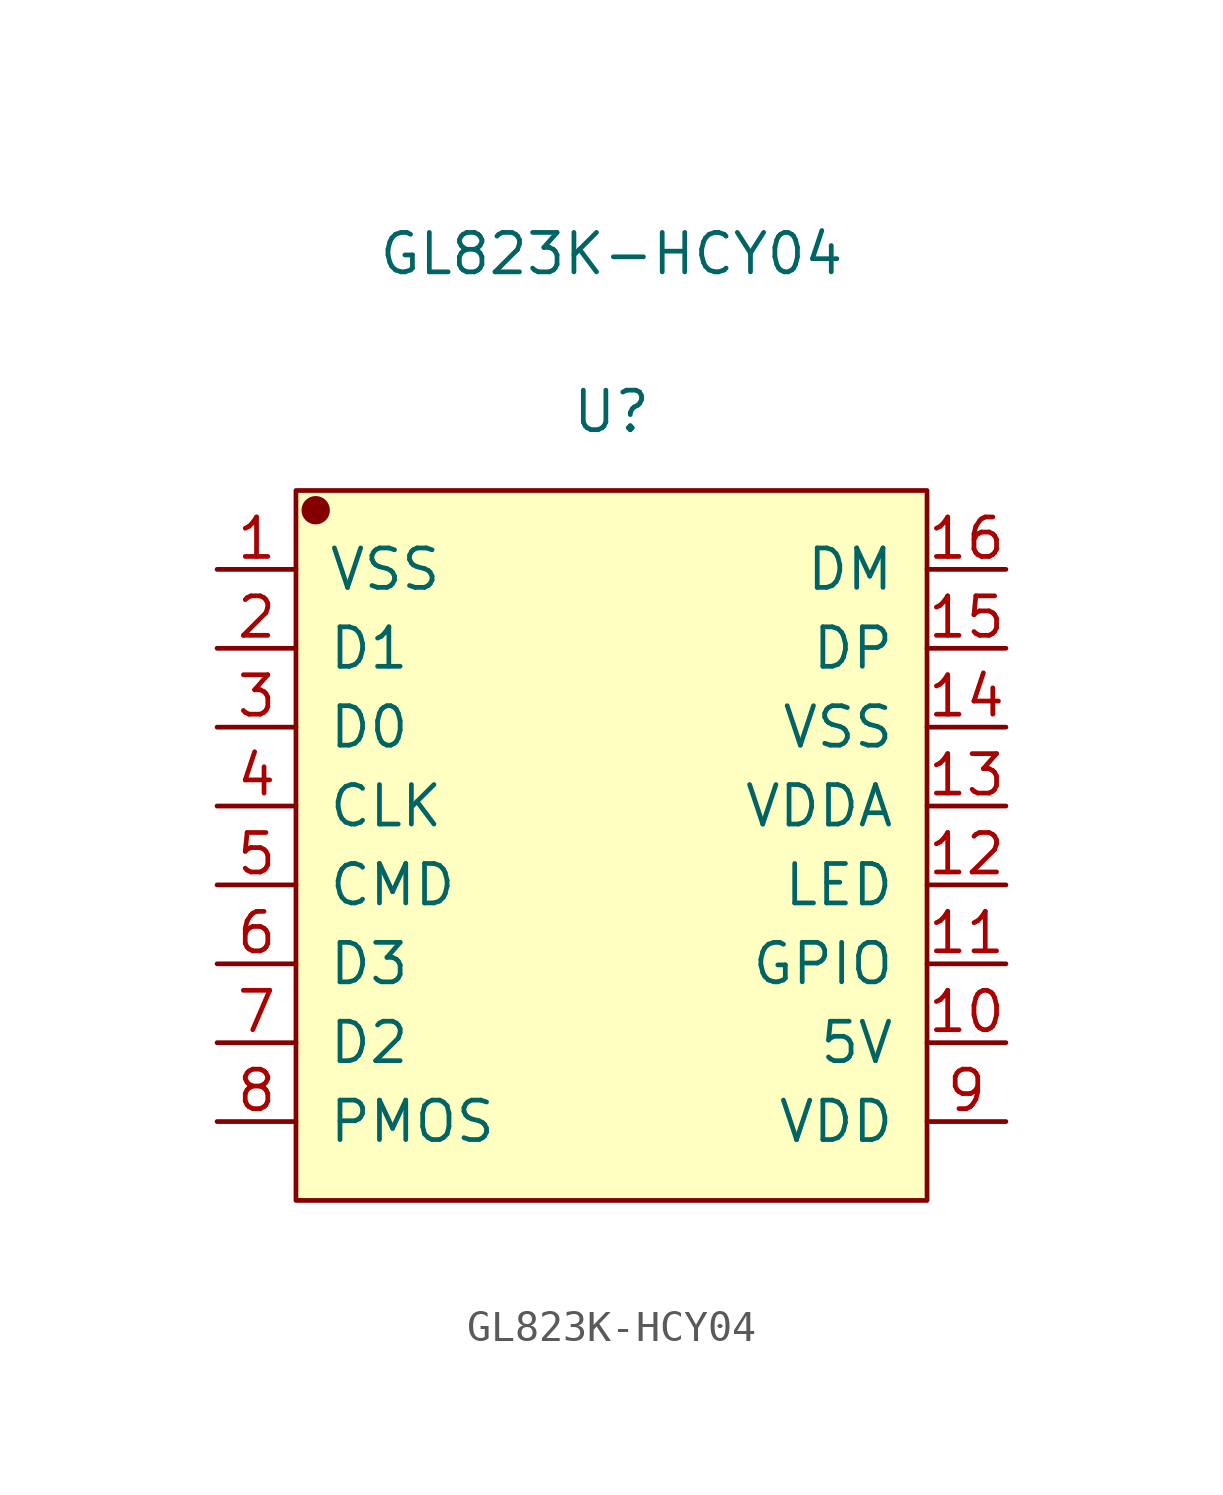
<source format=kicad_sym>
(kicad_symbol_lib
  (version 20211014)
  (generator kicad_symbol_editor)
  (symbol "GL823K-HCY04"
    (pin_names
      (offset 1.016))
    (property "Reference" "U"
      (at 0 13.97 0)
      (effects (font (size 1.27 1.27))))
    (property "Value" "GL823K-HCY04"
      (at 0 19.05 0)
      (effects (font (size 1.27 1.27))))
    (symbol "GL823K-HCY04_1_1"
      (rectangle (start -10.16 11.43) (end 10.16 -11.43) (stroke (width 0.152) (type default) (color 0 0 0 0)) (fill (type background)))
      (circle (center -9.525 10.795) (radius 0.381) (stroke (width 0.152) (type default) (color 0 0 0 0)) (fill (type outline)))
      (pin input line (at -12.7 8.89 0) (length 2.54) (name "VSS" (effects (font (size 1.27 1.27)))) (number "1" (effects (font (size 1.27 1.27)))))
      (pin input line (at 12.7 -6.35 180) (length 2.54) (name "5V" (effects (font (size 1.27 1.27)))) (number "10" (effects (font (size 1.27 1.27)))))
      (pin input line (at 12.7 -3.81 180) (length 2.54) (name "GPIO" (effects (font (size 1.27 1.27)))) (number "11" (effects (font (size 1.27 1.27)))))
      (pin input line (at 12.7 -1.27 180) (length 2.54) (name "LED" (effects (font (size 1.27 1.27)))) (number "12" (effects (font (size 1.27 1.27)))))
      (pin input line (at 12.7 1.27 180) (length 2.54) (name "VDDA" (effects (font (size 1.27 1.27)))) (number "13" (effects (font (size 1.27 1.27)))))
      (pin input line (at 12.7 3.81 180) (length 2.54) (name "VSS" (effects (font (size 1.27 1.27)))) (number "14" (effects (font (size 1.27 1.27)))))
      (pin input line (at 12.7 6.35 180) (length 2.54) (name "DP" (effects (font (size 1.27 1.27)))) (number "15" (effects (font (size 1.27 1.27)))))
      (pin input line (at 12.7 8.89 180) (length 2.54) (name "DM" (effects (font (size 1.27 1.27)))) (number "16" (effects (font (size 1.27 1.27)))))
      (pin input line (at -12.7 6.35 0) (length 2.54) (name "D1" (effects (font (size 1.27 1.27)))) (number "2" (effects (font (size 1.27 1.27)))))
      (pin input line (at -12.7 3.81 0) (length 2.54) (name "D0" (effects (font (size 1.27 1.27)))) (number "3" (effects (font (size 1.27 1.27)))))
      (pin input line (at -12.7 1.27 0) (length 2.54) (name "CLK" (effects (font (size 1.27 1.27)))) (number "4" (effects (font (size 1.27 1.27)))))
      (pin input line (at -12.7 -1.27 0) (length 2.54) (name "CMD" (effects (font (size 1.27 1.27)))) (number "5" (effects (font (size 1.27 1.27)))))
      (pin input line (at -12.7 -3.81 0) (length 2.54) (name "D3" (effects (font (size 1.27 1.27)))) (number "6" (effects (font (size 1.27 1.27)))))
      (pin input line (at -12.7 -6.35 0) (length 2.54) (name "D2" (effects (font (size 1.27 1.27)))) (number "7" (effects (font (size 1.27 1.27)))))
      (pin input line (at -12.7 -8.89 0) (length 2.54) (name "PMOS" (effects (font (size 1.27 1.27)))) (number "8" (effects (font (size 1.27 1.27)))))
      (pin input line (at 12.7 -8.89 180) (length 2.54) (name "VDD" (effects (font (size 1.27 1.27)))) (number "9" (effects (font (size 1.27 1.27))))))))
</source>
